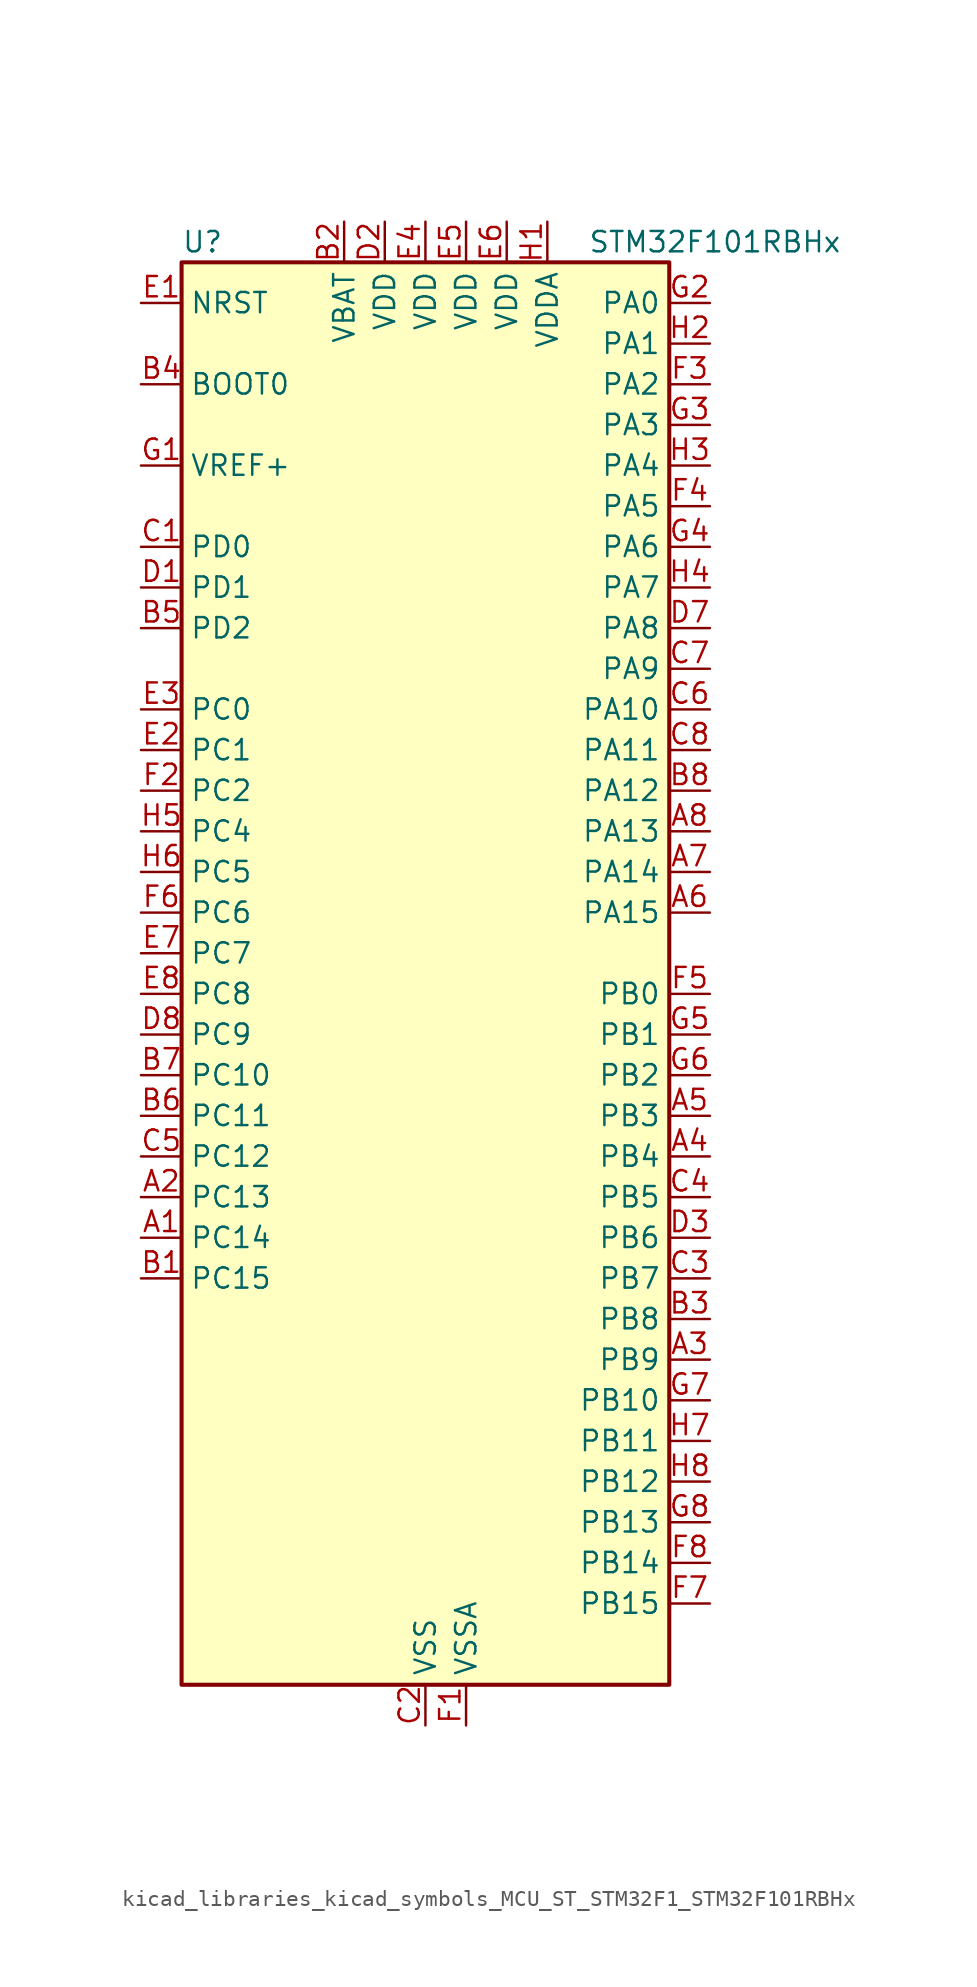
<source format=kicad_sym>
(kicad_symbol_lib
  (version 20220914)
  (generator kicad_symbol_editor)
  (symbol "kicad_libraries_kicad_symbols_MCU_ST_STM32F1_STM32F101RBHx"
    (property "Reference" "U"
      (at -15.24 46.99 0)
      (effects (font (size 1.27 1.27)) (justify left)))
    (property "Value" "STM32F101RBHx"
      (at 10.16 46.99 0)
      (effects (font (size 1.27 1.27)) (justify left)))
    (property "ki_locked" ""
      (at 0 0 0)
      (effects (font (size 1.27 1.27))))
    (symbol "kicad_libraries_kicad_symbols_MCU_ST_STM32F1_STM32F101RBHx_0_1"
      (rectangle (start -15.24 -43.18) (end 15.24 45.72) (stroke (width 0.254) (type default)) (fill (type background))))
    (symbol "kicad_libraries_kicad_symbols_MCU_ST_STM32F1_STM32F101RBHx_1_1"
      (pin bidirectional line (at -17.78 -15.24 0) (length 2.54) (name "PC14" (effects (font (size 1.27 1.27)))) (number "A1" (effects (font (size 1.27 1.27)))) (alternate "RCC_OSC32_IN" bidirectional line))
      (pin bidirectional line (at -17.78 -12.7 0) (length 2.54) (name "PC13" (effects (font (size 1.27 1.27)))) (number "A2" (effects (font (size 1.27 1.27)))) (alternate "RTC_OUT" bidirectional line) (alternate "RTC_TAMPER" bidirectional line))
      (pin bidirectional line (at 17.78 -22.86 180) (length 2.54) (name "PB9" (effects (font (size 1.27 1.27)))) (number "A3" (effects (font (size 1.27 1.27)))) (alternate "I2C1_SDA" bidirectional line) (alternate "TIM4_CH4" bidirectional line))
      (pin bidirectional line (at 17.78 -10.16 180) (length 2.54) (name "PB4" (effects (font (size 1.27 1.27)))) (number "A4" (effects (font (size 1.27 1.27)))) (alternate "SPI1_MISO" bidirectional line) (alternate "SYS_NJTRST" bidirectional line) (alternate "TIM3_CH1" bidirectional line))
      (pin bidirectional line (at 17.78 -7.62 180) (length 2.54) (name "PB3" (effects (font (size 1.27 1.27)))) (number "A5" (effects (font (size 1.27 1.27)))) (alternate "SPI1_SCK" bidirectional line) (alternate "SYS_JTDO-TRACESWO" bidirectional line) (alternate "TIM2_CH2" bidirectional line))
      (pin bidirectional line (at 17.78 5.08 180) (length 2.54) (name "PA15" (effects (font (size 1.27 1.27)))) (number "A6" (effects (font (size 1.27 1.27)))) (alternate "ADC1_EXTI15" bidirectional line) (alternate "SPI1_NSS" bidirectional line) (alternate "SYS_JTDI" bidirectional line) (alternate "TIM2_CH1" bidirectional line) (alternate "TIM2_ETR" bidirectional line))
      (pin bidirectional line (at 17.78 7.62 180) (length 2.54) (name "PA14" (effects (font (size 1.27 1.27)))) (number "A7" (effects (font (size 1.27 1.27)))) (alternate "SYS_JTCK-SWCLK" bidirectional line))
      (pin bidirectional line (at 17.78 10.16 180) (length 2.54) (name "PA13" (effects (font (size 1.27 1.27)))) (number "A8" (effects (font (size 1.27 1.27)))) (alternate "SYS_JTMS-SWDIO" bidirectional line))
      (pin bidirectional line (at -17.78 -17.78 0) (length 2.54) (name "PC15" (effects (font (size 1.27 1.27)))) (number "B1" (effects (font (size 1.27 1.27)))) (alternate "ADC1_EXTI15" bidirectional line) (alternate "RCC_OSC32_OUT" bidirectional line))
      (pin power_in line (at -5.08 48.26 270) (length 2.54) (name "VBAT" (effects (font (size 1.27 1.27)))) (number "B2" (effects (font (size 1.27 1.27)))))
      (pin bidirectional line (at 17.78 -20.32 180) (length 2.54) (name "PB8" (effects (font (size 1.27 1.27)))) (number "B3" (effects (font (size 1.27 1.27)))) (alternate "I2C1_SCL" bidirectional line) (alternate "TIM4_CH3" bidirectional line))
      (pin input line (at -17.78 38.1 0) (length 2.54) (name "BOOT0" (effects (font (size 1.27 1.27)))) (number "B4" (effects (font (size 1.27 1.27)))))
      (pin bidirectional line (at -17.78 22.86 0) (length 2.54) (name "PD2" (effects (font (size 1.27 1.27)))) (number "B5" (effects (font (size 1.27 1.27)))) (alternate "TIM3_ETR" bidirectional line))
      (pin bidirectional line (at -17.78 -7.62 0) (length 2.54) (name "PC11" (effects (font (size 1.27 1.27)))) (number "B6" (effects (font (size 1.27 1.27)))) (alternate "ADC1_EXTI11" bidirectional line) (alternate "USART3_RX" bidirectional line))
      (pin bidirectional line (at -17.78 -5.08 0) (length 2.54) (name "PC10" (effects (font (size 1.27 1.27)))) (number "B7" (effects (font (size 1.27 1.27)))) (alternate "USART3_TX" bidirectional line))
      (pin bidirectional line (at 17.78 12.7 180) (length 2.54) (name "PA12" (effects (font (size 1.27 1.27)))) (number "B8" (effects (font (size 1.27 1.27)))) (alternate "USART1_RTS" bidirectional line))
      (pin bidirectional line (at -17.78 27.94 0) (length 2.54) (name "PD0" (effects (font (size 1.27 1.27)))) (number "C1" (effects (font (size 1.27 1.27)))) (alternate "RCC_OSC_IN" bidirectional line))
      (pin power_in line (at 0 -45.72 90) (length 2.54) (name "VSS" (effects (font (size 1.27 1.27)))) (number "C2" (effects (font (size 1.27 1.27)))))
      (pin bidirectional line (at 17.78 -17.78 180) (length 2.54) (name "PB7" (effects (font (size 1.27 1.27)))) (number "C3" (effects (font (size 1.27 1.27)))) (alternate "I2C1_SDA" bidirectional line) (alternate "TIM4_CH2" bidirectional line) (alternate "USART1_RX" bidirectional line))
      (pin bidirectional line (at 17.78 -12.7 180) (length 2.54) (name "PB5" (effects (font (size 1.27 1.27)))) (number "C4" (effects (font (size 1.27 1.27)))) (alternate "I2C1_SMBA" bidirectional line) (alternate "SPI1_MOSI" bidirectional line) (alternate "TIM3_CH2" bidirectional line))
      (pin bidirectional line (at -17.78 -10.16 0) (length 2.54) (name "PC12" (effects (font (size 1.27 1.27)))) (number "C5" (effects (font (size 1.27 1.27)))) (alternate "USART3_CK" bidirectional line))
      (pin bidirectional line (at 17.78 17.78 180) (length 2.54) (name "PA10" (effects (font (size 1.27 1.27)))) (number "C6" (effects (font (size 1.27 1.27)))) (alternate "USART1_RX" bidirectional line))
      (pin bidirectional line (at 17.78 20.32 180) (length 2.54) (name "PA9" (effects (font (size 1.27 1.27)))) (number "C7" (effects (font (size 1.27 1.27)))) (alternate "USART1_TX" bidirectional line))
      (pin bidirectional line (at 17.78 15.24 180) (length 2.54) (name "PA11" (effects (font (size 1.27 1.27)))) (number "C8" (effects (font (size 1.27 1.27)))) (alternate "ADC1_EXTI11" bidirectional line) (alternate "USART1_CTS" bidirectional line))
      (pin bidirectional line (at -17.78 25.4 0) (length 2.54) (name "PD1" (effects (font (size 1.27 1.27)))) (number "D1" (effects (font (size 1.27 1.27)))) (alternate "RCC_OSC_OUT" bidirectional line))
      (pin power_in line (at -2.54 48.26 270) (length 2.54) (name "VDD" (effects (font (size 1.27 1.27)))) (number "D2" (effects (font (size 1.27 1.27)))))
      (pin bidirectional line (at 17.78 -15.24 180) (length 2.54) (name "PB6" (effects (font (size 1.27 1.27)))) (number "D3" (effects (font (size 1.27 1.27)))) (alternate "I2C1_SCL" bidirectional line) (alternate "TIM4_CH1" bidirectional line) (alternate "USART1_TX" bidirectional line))
      (pin passive line (at 0 -45.72 90) (length 2.54) hide (name "VSS" (effects (font (size 1.27 1.27)))) (number "D4" (effects (font (size 1.27 1.27)))))
      (pin passive line (at 0 -45.72 90) (length 2.54) hide (name "VSS" (effects (font (size 1.27 1.27)))) (number "D5" (effects (font (size 1.27 1.27)))))
      (pin passive line (at 0 -45.72 90) (length 2.54) hide (name "VSS" (effects (font (size 1.27 1.27)))) (number "D6" (effects (font (size 1.27 1.27)))))
      (pin bidirectional line (at 17.78 22.86 180) (length 2.54) (name "PA8" (effects (font (size 1.27 1.27)))) (number "D7" (effects (font (size 1.27 1.27)))) (alternate "RCC_MCO" bidirectional line) (alternate "USART1_CK" bidirectional line))
      (pin bidirectional line (at -17.78 -2.54 0) (length 2.54) (name "PC9" (effects (font (size 1.27 1.27)))) (number "D8" (effects (font (size 1.27 1.27)))) (alternate "TIM3_CH4" bidirectional line))
      (pin input line (at -17.78 43.18 0) (length 2.54) (name "NRST" (effects (font (size 1.27 1.27)))) (number "E1" (effects (font (size 1.27 1.27)))))
      (pin bidirectional line (at -17.78 15.24 0) (length 2.54) (name "PC1" (effects (font (size 1.27 1.27)))) (number "E2" (effects (font (size 1.27 1.27)))) (alternate "ADC1_IN11" bidirectional line))
      (pin bidirectional line (at -17.78 17.78 0) (length 2.54) (name "PC0" (effects (font (size 1.27 1.27)))) (number "E3" (effects (font (size 1.27 1.27)))) (alternate "ADC1_IN10" bidirectional line))
      (pin power_in line (at 0 48.26 270) (length 2.54) (name "VDD" (effects (font (size 1.27 1.27)))) (number "E4" (effects (font (size 1.27 1.27)))))
      (pin power_in line (at 2.54 48.26 270) (length 2.54) (name "VDD" (effects (font (size 1.27 1.27)))) (number "E5" (effects (font (size 1.27 1.27)))))
      (pin power_in line (at 5.08 48.26 270) (length 2.54) (name "VDD" (effects (font (size 1.27 1.27)))) (number "E6" (effects (font (size 1.27 1.27)))))
      (pin bidirectional line (at -17.78 2.54 0) (length 2.54) (name "PC7" (effects (font (size 1.27 1.27)))) (number "E7" (effects (font (size 1.27 1.27)))) (alternate "TIM3_CH2" bidirectional line))
      (pin bidirectional line (at -17.78 0 0) (length 2.54) (name "PC8" (effects (font (size 1.27 1.27)))) (number "E8" (effects (font (size 1.27 1.27)))) (alternate "TIM3_CH3" bidirectional line))
      (pin power_in line (at 2.54 -45.72 90) (length 2.54) (name "VSSA" (effects (font (size 1.27 1.27)))) (number "F1" (effects (font (size 1.27 1.27)))))
      (pin bidirectional line (at -17.78 12.7 0) (length 2.54) (name "PC2" (effects (font (size 1.27 1.27)))) (number "F2" (effects (font (size 1.27 1.27)))) (alternate "ADC1_IN12" bidirectional line))
      (pin bidirectional line (at 17.78 38.1 180) (length 2.54) (name "PA2" (effects (font (size 1.27 1.27)))) (number "F3" (effects (font (size 1.27 1.27)))) (alternate "ADC1_IN2" bidirectional line) (alternate "TIM2_CH3" bidirectional line) (alternate "USART2_TX" bidirectional line))
      (pin bidirectional line (at 17.78 30.48 180) (length 2.54) (name "PA5" (effects (font (size 1.27 1.27)))) (number "F4" (effects (font (size 1.27 1.27)))) (alternate "ADC1_IN5" bidirectional line) (alternate "SPI1_SCK" bidirectional line))
      (pin bidirectional line (at 17.78 0 180) (length 2.54) (name "PB0" (effects (font (size 1.27 1.27)))) (number "F5" (effects (font (size 1.27 1.27)))) (alternate "ADC1_IN8" bidirectional line) (alternate "TIM3_CH3" bidirectional line))
      (pin bidirectional line (at -17.78 5.08 0) (length 2.54) (name "PC6" (effects (font (size 1.27 1.27)))) (number "F6" (effects (font (size 1.27 1.27)))) (alternate "TIM3_CH1" bidirectional line))
      (pin bidirectional line (at 17.78 -38.1 180) (length 2.54) (name "PB15" (effects (font (size 1.27 1.27)))) (number "F7" (effects (font (size 1.27 1.27)))) (alternate "ADC1_EXTI15" bidirectional line) (alternate "SPI2_MOSI" bidirectional line))
      (pin bidirectional line (at 17.78 -35.56 180) (length 2.54) (name "PB14" (effects (font (size 1.27 1.27)))) (number "F8" (effects (font (size 1.27 1.27)))) (alternate "SPI2_MISO" bidirectional line) (alternate "USART3_RTS" bidirectional line))
      (pin input line (at -17.78 33.02 0) (length 2.54) (name "VREF+" (effects (font (size 1.27 1.27)))) (number "G1" (effects (font (size 1.27 1.27)))))
      (pin bidirectional line (at 17.78 43.18 180) (length 2.54) (name "PA0" (effects (font (size 1.27 1.27)))) (number "G2" (effects (font (size 1.27 1.27)))) (alternate "ADC1_IN0" bidirectional line) (alternate "SYS_WKUP" bidirectional line) (alternate "TIM2_CH1" bidirectional line) (alternate "TIM2_ETR" bidirectional line) (alternate "USART2_CTS" bidirectional line))
      (pin bidirectional line (at 17.78 35.56 180) (length 2.54) (name "PA3" (effects (font (size 1.27 1.27)))) (number "G3" (effects (font (size 1.27 1.27)))) (alternate "ADC1_IN3" bidirectional line) (alternate "TIM2_CH4" bidirectional line) (alternate "USART2_RX" bidirectional line))
      (pin bidirectional line (at 17.78 27.94 180) (length 2.54) (name "PA6" (effects (font (size 1.27 1.27)))) (number "G4" (effects (font (size 1.27 1.27)))) (alternate "ADC1_IN6" bidirectional line) (alternate "SPI1_MISO" bidirectional line) (alternate "TIM3_CH1" bidirectional line))
      (pin bidirectional line (at 17.78 -2.54 180) (length 2.54) (name "PB1" (effects (font (size 1.27 1.27)))) (number "G5" (effects (font (size 1.27 1.27)))) (alternate "ADC1_IN9" bidirectional line) (alternate "TIM3_CH4" bidirectional line))
      (pin bidirectional line (at 17.78 -5.08 180) (length 2.54) (name "PB2" (effects (font (size 1.27 1.27)))) (number "G6" (effects (font (size 1.27 1.27)))))
      (pin bidirectional line (at 17.78 -25.4 180) (length 2.54) (name "PB10" (effects (font (size 1.27 1.27)))) (number "G7" (effects (font (size 1.27 1.27)))) (alternate "I2C2_SCL" bidirectional line) (alternate "TIM2_CH3" bidirectional line) (alternate "USART3_TX" bidirectional line))
      (pin bidirectional line (at 17.78 -33.02 180) (length 2.54) (name "PB13" (effects (font (size 1.27 1.27)))) (number "G8" (effects (font (size 1.27 1.27)))) (alternate "SPI2_SCK" bidirectional line) (alternate "USART3_CTS" bidirectional line))
      (pin power_in line (at 7.62 48.26 270) (length 2.54) (name "VDDA" (effects (font (size 1.27 1.27)))) (number "H1" (effects (font (size 1.27 1.27)))))
      (pin bidirectional line (at 17.78 40.64 180) (length 2.54) (name "PA1" (effects (font (size 1.27 1.27)))) (number "H2" (effects (font (size 1.27 1.27)))) (alternate "ADC1_IN1" bidirectional line) (alternate "TIM2_CH2" bidirectional line) (alternate "USART2_RTS" bidirectional line))
      (pin bidirectional line (at 17.78 33.02 180) (length 2.54) (name "PA4" (effects (font (size 1.27 1.27)))) (number "H3" (effects (font (size 1.27 1.27)))) (alternate "ADC1_IN4" bidirectional line) (alternate "SPI1_NSS" bidirectional line) (alternate "USART2_CK" bidirectional line))
      (pin bidirectional line (at 17.78 25.4 180) (length 2.54) (name "PA7" (effects (font (size 1.27 1.27)))) (number "H4" (effects (font (size 1.27 1.27)))) (alternate "ADC1_IN7" bidirectional line) (alternate "SPI1_MOSI" bidirectional line) (alternate "TIM3_CH2" bidirectional line))
      (pin bidirectional line (at -17.78 10.16 0) (length 2.54) (name "PC4" (effects (font (size 1.27 1.27)))) (number "H5" (effects (font (size 1.27 1.27)))) (alternate "ADC1_IN14" bidirectional line))
      (pin bidirectional line (at -17.78 7.62 0) (length 2.54) (name "PC5" (effects (font (size 1.27 1.27)))) (number "H6" (effects (font (size 1.27 1.27)))) (alternate "ADC1_IN15" bidirectional line))
      (pin bidirectional line (at 17.78 -27.94 180) (length 2.54) (name "PB11" (effects (font (size 1.27 1.27)))) (number "H7" (effects (font (size 1.27 1.27)))) (alternate "ADC1_EXTI11" bidirectional line) (alternate "I2C2_SDA" bidirectional line) (alternate "TIM2_CH4" bidirectional line) (alternate "USART3_RX" bidirectional line))
      (pin bidirectional line (at 17.78 -30.48 180) (length 2.54) (name "PB12" (effects (font (size 1.27 1.27)))) (number "H8" (effects (font (size 1.27 1.27)))) (alternate "I2C2_SMBA" bidirectional line) (alternate "SPI2_NSS" bidirectional line) (alternate "USART3_CK" bidirectional line)))))
</source>
